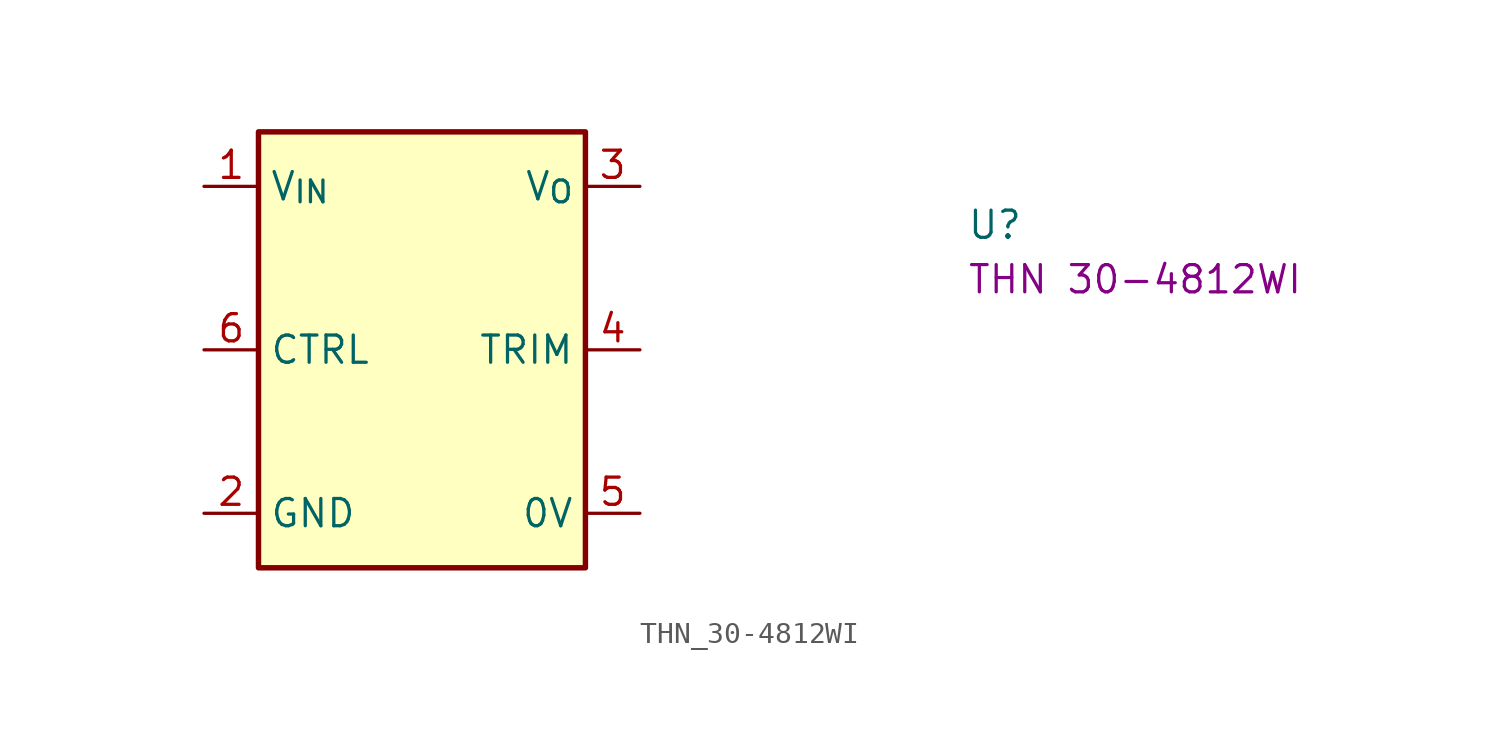
<source format=kicad_sym>
(kicad_symbol_lib
  (version 20220914)
  (generator kicad_symbol_editor)
  (symbol "THN_30-4812WI"
    (property "Reference" "U"
      (at 35.56 -2.54 0)
      (effects (font (size 1.27 1.27) (thickness 0.15)) (justify left bottom)))
    (property "MPN" "THN 30-4812WI"
      (at 35.56 -5.08 0)
      (effects (font (size 1.27 1.27) (thickness 0.15)) (justify left bottom)))
    (symbol "THN_30-4812WI_1_1"
      (rectangle (start 2.54 2.54) (end 17.78 -17.78) (stroke (width 0.254) (type default)) (fill (type background)))
      (pin power_in line (at 0 0 0) (length 2.54) (name "V_{IN}" (effects (font (size 1.27 1.27)))) (number "1" (effects (font (size 1.27 1.27)))))
      (pin power_in line (at 0 -15.24 0) (length 2.54) (name "GND" (effects (font (size 1.27 1.27)))) (number "2" (effects (font (size 1.27 1.27)))))
      (pin power_out line (at 20.32 0 180) (length 2.54) (name "V_{O}" (effects (font (size 1.27 1.27)))) (number "3" (effects (font (size 1.27 1.27)))))
      (pin passive line (at 20.32 -7.62 180) (length 2.54) (name "TRIM" (effects (font (size 1.27 1.27)))) (number "4" (effects (font (size 1.27 1.27)))))
      (pin power_out line (at 20.32 -15.24 180) (length 2.54) (name "0V" (effects (font (size 1.27 1.27)))) (number "5" (effects (font (size 1.27 1.27)))))
      (pin input line (at 0 -7.62 0) (length 2.54) (name "CTRL" (effects (font (size 1.27 1.27)))) (number "6" (effects (font (size 1.27 1.27))))))))
</source>
